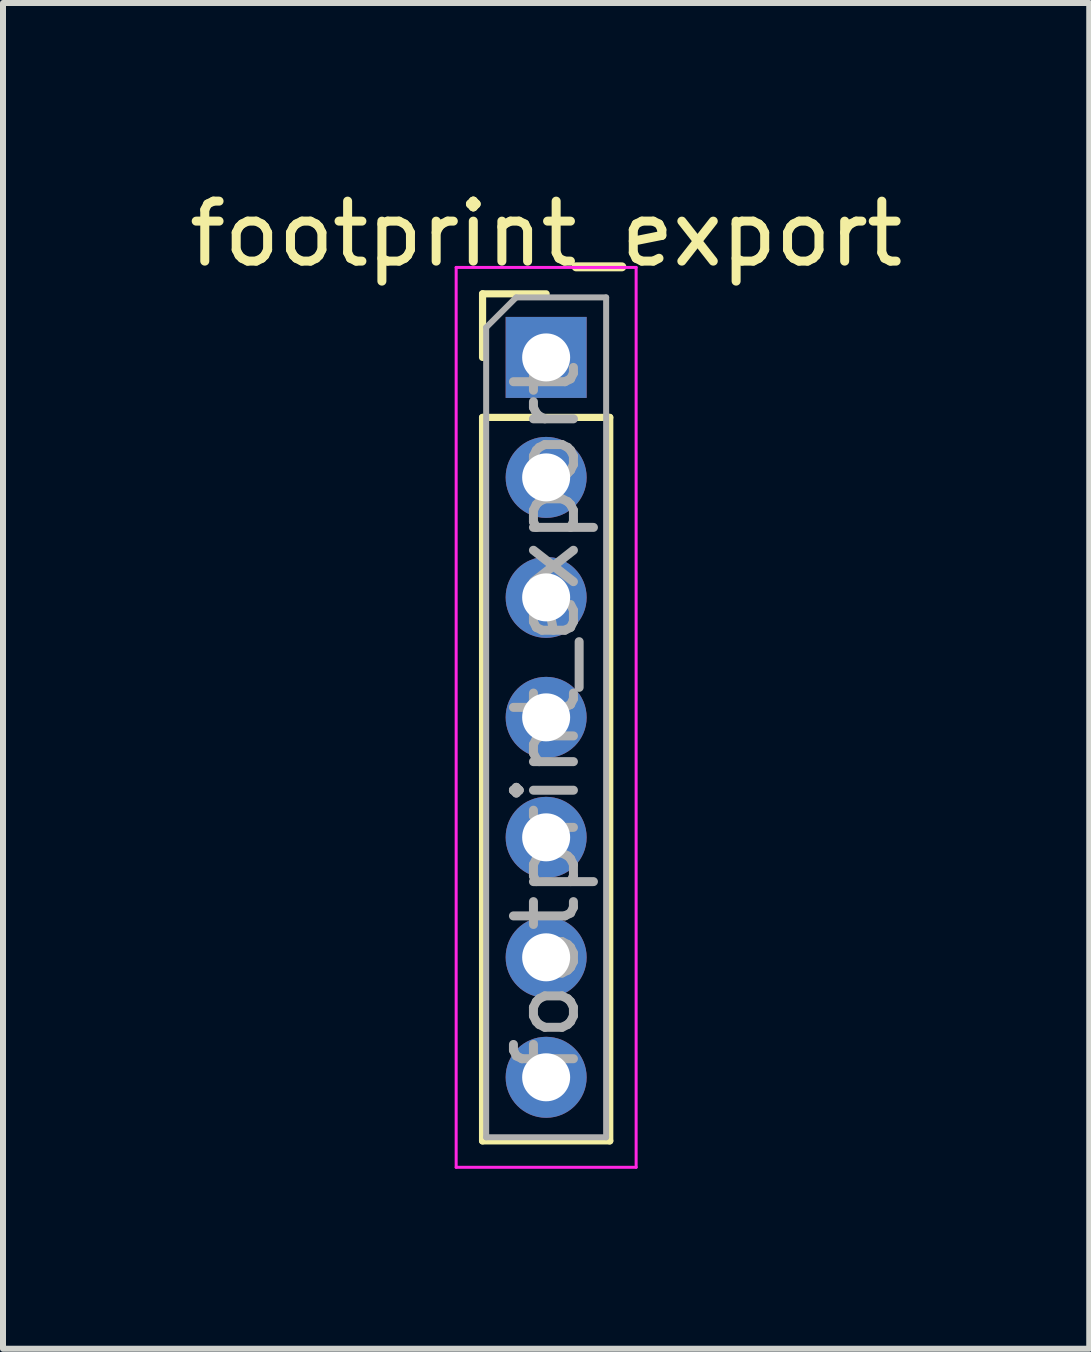
<source format=kicad_pcb>
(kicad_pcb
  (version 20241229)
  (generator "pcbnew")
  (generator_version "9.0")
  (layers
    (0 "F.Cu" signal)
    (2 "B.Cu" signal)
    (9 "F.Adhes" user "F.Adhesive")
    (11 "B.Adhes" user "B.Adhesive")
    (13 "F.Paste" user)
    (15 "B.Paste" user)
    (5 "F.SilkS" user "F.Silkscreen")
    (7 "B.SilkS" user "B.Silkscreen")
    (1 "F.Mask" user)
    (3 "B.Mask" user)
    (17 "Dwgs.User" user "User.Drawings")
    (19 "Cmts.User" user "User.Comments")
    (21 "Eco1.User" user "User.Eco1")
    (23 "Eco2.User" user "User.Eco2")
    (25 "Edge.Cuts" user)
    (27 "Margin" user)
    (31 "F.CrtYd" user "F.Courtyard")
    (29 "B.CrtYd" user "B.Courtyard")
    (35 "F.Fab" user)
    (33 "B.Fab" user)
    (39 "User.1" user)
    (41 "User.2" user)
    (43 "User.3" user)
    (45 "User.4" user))
  (footprint "footprint_export"
    (layer "F.Cu")
    (at 6.054 2.908)
    (property "Reference" "footprint_export" (at 0 -2.06 0) (layer "F.SilkS") (effects (font (size 1 1) (thickness 0.15))))
    (attr through_hole)
    (fp_line (start -1.06 -1.06) (end 0 -1.06) (stroke (width 0.12) (type solid)) (layer "F.SilkS"))
    (fp_line (start -1.06 0) (end -1.06 -1.06) (stroke (width 0.12) (type solid)) (layer "F.SilkS"))
    (fp_line (start -1.06 1) (end -1.06 13.06) (stroke (width 0.12) (type solid)) (layer "F.SilkS"))
    (fp_line (start -1.06 1) (end 1.06 1) (stroke (width 0.12) (type solid)) (layer "F.SilkS"))
    (fp_line (start -1.06 13.06) (end 1.06 13.06) (stroke (width 0.12) (type solid)) (layer "F.SilkS"))
    (fp_line (start 1.06 1) (end 1.06 13.06) (stroke (width 0.12) (type solid)) (layer "F.SilkS"))
    (fp_line (start -1.5 -1.5) (end -1.5 13.5) (stroke (width 0.05) (type solid)) (layer "F.CrtYd"))
    (fp_line (start -1.5 13.5) (end 1.5 13.5) (stroke (width 0.05) (type solid)) (layer "F.CrtYd"))
    (fp_line (start 1.5 -1.5) (end -1.5 -1.5) (stroke (width 0.05) (type solid)) (layer "F.CrtYd"))
    (fp_line (start 1.5 13.5) (end 1.5 -1.5) (stroke (width 0.05) (type solid)) (layer "F.CrtYd"))
    (fp_line (start -1 -0.5) (end -0.5 -1) (stroke (width 0.1) (type solid)) (layer "F.Fab"))
    (fp_line (start -1 13) (end -1 -0.5) (stroke (width 0.1) (type solid)) (layer "F.Fab"))
    (fp_line (start -0.5 -1) (end 1 -1) (stroke (width 0.1) (type solid)) (layer "F.Fab"))
    (fp_line (start 1 -1) (end 1 13) (stroke (width 0.1) (type solid)) (layer "F.Fab"))
    (fp_line (start 1 13) (end -1 13) (stroke (width 0.1) (type solid)) (layer "F.Fab"))
    (fp_text user "${REFERENCE}" (at 0 6 90) (layer "F.Fab") (effects (font (size 1 1) (thickness 0.15))))
    (pad "1" thru_hole rect (at 0 0) (size 1.35 1.35) (drill 0.8) (layers "*.Cu" "*.Mask"))
    (pad "2" thru_hole oval (at 0 2) (size 1.35 1.35) (drill 0.8) (layers "*.Cu" "*.Mask"))
    (pad "3" thru_hole oval (at 0 4) (size 1.35 1.35) (drill 0.8) (layers "*.Cu" "*.Mask"))
    (pad "4" thru_hole oval (at 0 6) (size 1.35 1.35) (drill 0.8) (layers "*.Cu" "*.Mask"))
    (pad "5" thru_hole oval (at 0 8) (size 1.35 1.35) (drill 0.8) (layers "*.Cu" "*.Mask"))
    (pad "6" thru_hole oval (at 0 10) (size 1.35 1.35) (drill 0.8) (layers "*.Cu" "*.Mask"))
    (pad "7" thru_hole oval (at 0 12) (size 1.35 1.35) (drill 0.8) (layers "*.Cu" "*.Mask")))
  (gr_rect
    (start -3 -3)
    (end 15.107 19.433)
    (stroke (width 0.1) (type default))
    (fill no)
    (layer "Edge.Cuts")))
</source>
